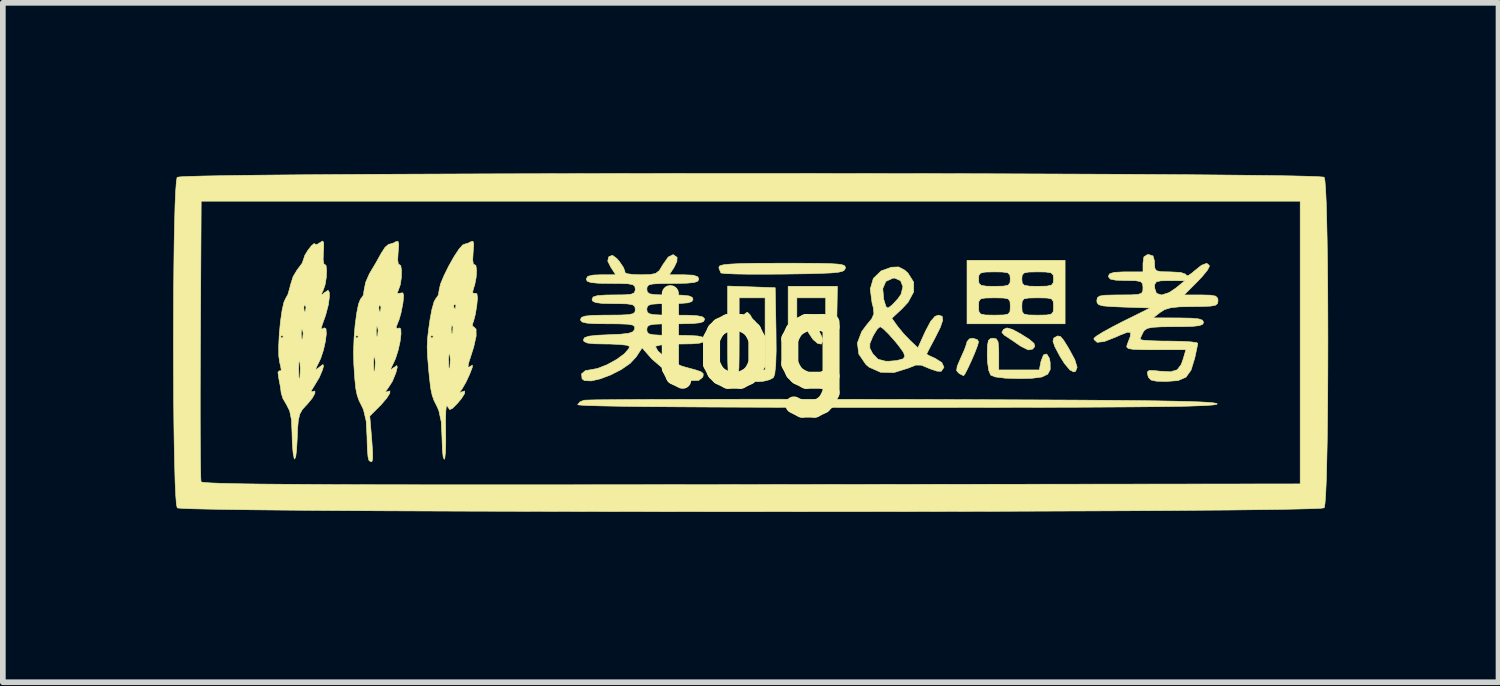
<source format=kicad_pcb>
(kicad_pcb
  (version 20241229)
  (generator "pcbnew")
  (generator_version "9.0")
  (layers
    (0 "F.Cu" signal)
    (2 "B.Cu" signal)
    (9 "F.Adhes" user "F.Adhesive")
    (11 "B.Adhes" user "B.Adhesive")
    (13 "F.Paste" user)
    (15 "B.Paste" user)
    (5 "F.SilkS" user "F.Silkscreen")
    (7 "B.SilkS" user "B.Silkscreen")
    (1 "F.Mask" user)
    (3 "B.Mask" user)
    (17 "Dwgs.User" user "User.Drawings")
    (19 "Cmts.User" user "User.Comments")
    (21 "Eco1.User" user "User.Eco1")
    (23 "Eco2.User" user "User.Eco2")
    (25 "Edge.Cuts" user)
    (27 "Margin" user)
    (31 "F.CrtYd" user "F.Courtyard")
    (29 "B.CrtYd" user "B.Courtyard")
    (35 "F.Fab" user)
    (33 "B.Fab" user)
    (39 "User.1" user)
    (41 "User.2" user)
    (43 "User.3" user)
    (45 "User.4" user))
  (footprint "log"
    (layer "F.Cu")
    (at 10.17 2.957)
    (property "Reference" "log" (at 0 0 0) (layer "F.SilkS") (effects (font (size 1.524 1.524) (thickness 0.3))))
    (attr through_hole)
    (fp_poly (pts (xy -0.012 -0.465) (xy 0.05 -0.36) (xy 0.113 -0.227) (xy 0.161 -0.099) (xy 0.179 -0.011) (xy 0.176 0.003) (xy 0.117 0.049) (xy 0.048 0.003) (xy -0.036 -0.137) (xy -0.055 -0.175) (xy -0.12 -0.351) (xy -0.122 -0.465) (xy -0.063 -0.508) (xy -0.058 -0.508) (xy -0.012 -0.465)) (stroke (width 0.01) (type solid)) (fill yes) (layer "F.SilkS"))
    (fp_poly (pts (xy 1.041 -0.416) (xy 1.121 -0.316) (xy 1.199 -0.189) (xy 1.256 -0.07) (xy 1.27 -0.006) (xy 1.244 0.053) (xy 1.18 0.041) (xy 1.097 -0.03) (xy 1.018 -0.149) (xy 1.017 -0.15) (xy 0.94 -0.317) (xy 0.919 -0.414) (xy 0.952 -0.454) (xy 0.981 -0.457) (xy 1.041 -0.416)) (stroke (width 0.01) (type solid)) (fill yes) (layer "F.SilkS"))
    (fp_poly (pts (xy 4.608 -0.206) (xy 4.744 -0.133) (xy 4.907 -0.031) (xy 4.99 0.041) (xy 5.003 0.096) (xy 4.965 0.141) (xy 4.888 0.155) (xy 4.765 0.095) (xy 4.724 0.068) (xy 4.594 -0.021) (xy 4.49 -0.09) (xy 4.47 -0.101) (xy 4.423 -0.154) (xy 4.454 -0.207) (xy 4.513 -0.232) (xy 4.608 -0.206)) (stroke (width 0.01) (type solid)) (fill yes) (layer "F.SilkS"))
    (fp_poly (pts (xy 5.454 -0.082) (xy 5.511 -0.016) (xy 5.597 0.122) (xy 5.598 0.124) (xy 5.708 0.327) (xy 5.749 0.46) (xy 5.722 0.531) (xy 5.69 0.543) (xy 5.621 0.508) (xy 5.525 0.393) (xy 5.447 0.269) (xy 5.358 0.102) (xy 5.323 0.000494) (xy 5.338 -0.053) (xy 5.346 -0.059) (xy 5.406 -0.091) (xy 5.454 -0.082)) (stroke (width 0.01) (type solid)) (fill yes) (layer "F.SilkS"))
    (fp_poly (pts (xy 3.994 -0.024) (xy 4.013 0.013) (xy 3.994 0.082) (xy 3.947 0.205) (xy 3.885 0.349) (xy 3.822 0.484) (xy 3.772 0.58) (xy 3.749 0.609) (xy 3.699 0.585) (xy 3.663 0.563) (xy 3.627 0.521) (xy 3.636 0.446) (xy 3.692 0.314) (xy 3.701 0.294) (xy 3.765 0.151) (xy 3.804 0.041) (xy 3.81 0.009) (xy 3.852 -0.039) (xy 3.912 -0.051) (xy 3.994 -0.024)) (stroke (width 0.01) (type solid)) (fill yes) (layer "F.SilkS"))
    (fp_poly (pts (xy 1.499 0.686) (xy 1.315 0.701) (xy 1.171 0.695) (xy 1.103 0.644) (xy 1.1 0.638) (xy 1.104 0.577) (xy 1.19 0.559) (xy 1.195 0.559) (xy 1.321 0.559) (xy 1.321 -0.762) (xy 0.813 -0.762) (xy 0.813 -0.025) (xy 0.811 0.267) (xy 0.806 0.473) (xy 0.795 0.605) (xy 0.778 0.679) (xy 0.752 0.708) (xy 0.737 0.711) (xy 0.708 0.698) (xy 0.687 0.649) (xy 0.674 0.551) (xy 0.665 0.39) (xy 0.661 0.153) (xy 0.66 -0.127) (xy 0.66 -0.965) (xy 1.527 -0.965) (xy 1.499 0.686)) (stroke (width 0.01) (type solid)) (fill yes) (layer "F.SilkS"))
    (fp_poly (pts (xy 4.326 -0.039) (xy 4.357 0.014) (xy 4.368 0.131) (xy 4.369 0.229) (xy 4.369 0.508) (xy 5.083 0.508) (xy 5.113 0.354) (xy 5.157 0.243) (xy 5.213 0.227) (xy 5.26 0.302) (xy 5.274 0.375) (xy 5.275 0.5) (xy 5.231 0.582) (xy 5.129 0.632) (xy 4.954 0.655) (xy 4.728 0.66) (xy 4.484 0.653) (xy 4.311 0.632) (xy 4.227 0.599) (xy 4.193 0.518) (xy 4.171 0.372) (xy 4.166 0.244) (xy 4.17 0.077) (xy 4.187 -0.012) (xy 4.226 -0.046) (xy 4.267 -0.051) (xy 4.326 -0.039)) (stroke (width 0.01) (type solid)) (fill yes) (layer "F.SilkS"))
    (fp_poly (pts (xy 0.928 -1.371) (xy 1.204 -1.369) (xy 1.403 -1.364) (xy 1.537 -1.356) (xy 1.617 -1.343) (xy 1.657 -1.324) (xy 1.668 -1.299) (xy 1.667 -1.283) (xy 1.653 -1.253) (xy 1.617 -1.23) (xy 1.546 -1.213) (xy 1.426 -1.201) (xy 1.246 -1.193) (xy 0.992 -1.186) (xy 0.651 -1.181) (xy 0.58 -1.18) (xy 0.26 -1.178) (xy -0.025 -1.178) (xy -0.259 -1.182) (xy -0.428 -1.189) (xy -0.516 -1.198) (xy -0.524 -1.201) (xy -0.557 -1.279) (xy -0.559 -1.304) (xy -0.541 -1.327) (xy -0.478 -1.344) (xy -0.362 -1.356) (xy -0.179 -1.365) (xy 0.079 -1.37) (xy 0.425 -1.371) (xy 0.563 -1.372) (xy 0.928 -1.371)) (stroke (width 0.01) (type solid)) (fill yes) (layer "F.SilkS"))
    (fp_poly (pts (xy 0.013 -0.955) (xy 0.432 -0.94) (xy 0.446 -0.185) (xy 0.449 0.166) (xy 0.441 0.419) (xy 0.424 0.577) (xy 0.402 0.641) (xy 0.333 0.68) (xy 0.224 0.707) (xy 0.118 0.715) (xy 0.055 0.7) (xy 0.051 0.69) (xy 0.035 0.63) (xy 0.02 0.588) (xy 0.022 0.528) (xy 0.103 0.508) (xy 0.122 0.508) (xy 0.254 0.508) (xy 0.254 -0.762) (xy -0.203 -0.762) (xy -0.203 -0.025) (xy -0.204 0.262) (xy -0.207 0.463) (xy -0.216 0.593) (xy -0.231 0.667) (xy -0.256 0.702) (xy -0.292 0.711) (xy -0.305 0.711) (xy -0.342 0.707) (xy -0.369 0.683) (xy -0.387 0.626) (xy -0.398 0.522) (xy -0.404 0.356) (xy -0.406 0.113) (xy -0.406 -0.129) (xy -0.406 -0.969) (xy 0.013 -0.955)) (stroke (width 0.01) (type solid)) (fill yes) (layer "F.SilkS"))
    (fp_poly (pts (xy 1.184 1.025) (xy 1.896 1.026) (xy 2.635 1.027) (xy 2.688 1.027) (xy 3.589 1.03) (xy 4.393 1.033) (xy 5.105 1.036) (xy 5.73 1.039) (xy 6.272 1.043) (xy 6.736 1.047) (xy 7.127 1.052) (xy 7.45 1.058) (xy 7.709 1.064) (xy 7.91 1.071) (xy 8.056 1.079) (xy 8.152 1.088) (xy 8.204 1.097) (xy 8.217 1.105) (xy 8.202 1.115) (xy 8.147 1.124) (xy 8.047 1.132) (xy 7.898 1.139) (xy 7.695 1.146) (xy 7.433 1.151) (xy 7.107 1.155) (xy 6.712 1.159) (xy 6.245 1.162) (xy 5.7 1.165) (xy 5.072 1.166) (xy 4.358 1.167) (xy 3.551 1.168) (xy 2.647 1.168) (xy 2.595 1.168) (xy 1.626 1.168) (xy 0.743 1.167) (xy -0.051 1.164) (xy -0.755 1.161) (xy -1.368 1.157) (xy -1.889 1.153) (xy -2.315 1.147) (xy -2.645 1.141) (xy -2.878 1.134) (xy -3.013 1.126) (xy -3.048 1.119) (xy -3.005 1.069) (xy -2.934 1.041) (xy -2.868 1.038) (xy -2.708 1.034) (xy -2.46 1.032) (xy -2.13 1.029) (xy -1.725 1.027) (xy -1.253 1.026) (xy -0.719 1.025) (xy -0.13 1.024) (xy 0.506 1.024) (xy 1.184 1.025)) (stroke (width 0.01) (type solid)) (fill yes) (layer "F.SilkS"))
    (fp_poly (pts (xy 5.537 -0.305) (xy 3.81 -0.305) (xy 3.81 -0.612) (xy 4.013 -0.612) (xy 4.013 -0.61) (xy 4.018 -0.522) (xy 4.049 -0.477) (xy 4.13 -0.46) (xy 4.288 -0.457) (xy 4.293 -0.457) (xy 4.452 -0.46) (xy 4.535 -0.477) (xy 4.567 -0.521) (xy 4.572 -0.607) (xy 4.572 -0.61) (xy 4.572 -0.612) (xy 4.775 -0.612) (xy 4.775 -0.61) (xy 4.78 -0.522) (xy 4.811 -0.477) (xy 4.892 -0.46) (xy 5.05 -0.457) (xy 5.055 -0.457) (xy 5.214 -0.46) (xy 5.297 -0.477) (xy 5.329 -0.521) (xy 5.334 -0.607) (xy 5.334 -0.61) (xy 5.329 -0.697) (xy 5.299 -0.742) (xy 5.217 -0.759) (xy 5.059 -0.762) (xy 5.055 -0.762) (xy 4.895 -0.759) (xy 4.812 -0.743) (xy 4.78 -0.698) (xy 4.775 -0.612) (xy 4.572 -0.612) (xy 4.567 -0.697) (xy 4.537 -0.742) (xy 4.455 -0.759) (xy 4.297 -0.762) (xy 4.293 -0.762) (xy 4.133 -0.759) (xy 4.05 -0.743) (xy 4.018 -0.698) (xy 4.013 -0.612) (xy 3.81 -0.612) (xy 3.81 -1.092) (xy 4.013 -1.092) (xy 4.02 -1.019) (xy 4.059 -0.982) (xy 4.153 -0.967) (xy 4.293 -0.965) (xy 4.453 -0.968) (xy 4.536 -0.986) (xy 4.567 -1.029) (xy 4.572 -1.092) (xy 4.775 -1.092) (xy 4.782 -1.019) (xy 4.821 -0.982) (xy 4.915 -0.967) (xy 5.055 -0.965) (xy 5.215 -0.968) (xy 5.298 -0.986) (xy 5.329 -1.029) (xy 5.334 -1.092) (xy 5.327 -1.165) (xy 5.288 -1.203) (xy 5.194 -1.217) (xy 5.055 -1.219) (xy 4.895 -1.216) (xy 4.811 -1.198) (xy 4.78 -1.156) (xy 4.775 -1.092) (xy 4.572 -1.092) (xy 4.565 -1.165) (xy 4.526 -1.203) (xy 4.432 -1.217) (xy 4.293 -1.219) (xy 4.133 -1.216) (xy 4.049 -1.198) (xy 4.018 -1.156) (xy 4.013 -1.092) (xy 3.81 -1.092) (xy 3.81 -1.422) (xy 5.537 -1.422) (xy 5.537 -0.305)) (stroke (width 0.01) (type solid)) (fill yes) (layer "F.SilkS"))
    (fp_poly (pts (xy 2.712 -1.25) (xy 2.771 -1.196) (xy 2.87 -1.038) (xy 2.87 -0.866) (xy 2.771 -0.683) (xy 2.665 -0.569) (xy 2.486 -0.402) (xy 2.584 -0.264) (xy 2.695 -0.128) (xy 2.814 -0.005) (xy 2.945 0.118) (xy 3.076 -0.17) (xy 3.168 -0.345) (xy 3.246 -0.436) (xy 3.309 -0.457) (xy 3.372 -0.437) (xy 3.382 -0.368) (xy 3.339 -0.241) (xy 3.24 -0.043) (xy 3.22 -0.006) (xy 3.151 0.124) (xy 3.107 0.21) (xy 3.099 0.229) (xy 3.14 0.255) (xy 3.241 0.3) (xy 3.251 0.305) (xy 3.366 0.378) (xy 3.404 0.461) (xy 3.356 0.531) (xy 3.284 0.53) (xy 3.164 0.49) (xy 3.131 0.476) (xy 3.006 0.424) (xy 2.911 0.422) (xy 2.79 0.469) (xy 2.777 0.475) (xy 2.523 0.554) (xy 2.285 0.548) (xy 2.084 0.458) (xy 2.028 0.41) (xy 1.904 0.228) (xy 1.891 0.124) (xy 2.098 0.124) (xy 2.146 0.216) (xy 2.152 0.225) (xy 2.242 0.319) (xy 2.369 0.353) (xy 2.427 0.355) (xy 2.572 0.343) (xy 2.679 0.314) (xy 2.688 0.308) (xy 2.715 0.268) (xy 2.691 0.198) (xy 2.607 0.082) (xy 2.544 0.004) (xy 2.427 -0.127) (xy 2.332 -0.22) (xy 2.28 -0.254) (xy 2.23 -0.213) (xy 2.166 -0.11) (xy 2.15 -0.079) (xy 2.099 0.042) (xy 2.098 0.124) (xy 1.891 0.124) (xy 1.879 0.034) (xy 1.955 -0.167) (xy 2.038 -0.279) (xy 2.133 -0.395) (xy 2.17 -0.482) (xy 2.16 -0.587) (xy 2.137 -0.675) (xy 2.106 -0.916) (xy 2.108 -0.925) (xy 2.326 -0.925) (xy 2.343 -0.736) (xy 2.348 -0.719) (xy 2.382 -0.608) (xy 2.417 -0.581) (xy 2.48 -0.627) (xy 2.497 -0.642) (xy 2.595 -0.748) (xy 2.649 -0.827) (xy 2.681 -0.96) (xy 2.64 -1.063) (xy 2.539 -1.109) (xy 2.503 -1.108) (xy 2.38 -1.051) (xy 2.326 -0.925) (xy 2.108 -0.925) (xy 2.16 -1.104) (xy 2.297 -1.236) (xy 2.478 -1.301) (xy 2.605 -1.306) (xy 2.712 -1.25)) (stroke (width 0.01) (type solid)) (fill yes) (layer "F.SilkS"))
    (fp_poly (pts (xy -6.198 -1.707) (xy -6.207 -1.574) (xy -6.209 -1.558) (xy -6.216 -1.427) (xy -6.205 -1.355) (xy -6.191 -1.35) (xy -6.162 -1.329) (xy -6.149 -1.241) (xy -6.152 -1.119) (xy -6.17 -0.995) (xy -6.199 -0.912) (xy -6.226 -0.843) (xy -6.187 -0.84) (xy -6.172 -0.845) (xy -6.125 -0.85) (xy -6.111 -0.799) (xy -6.124 -0.671) (xy -6.127 -0.654) (xy -6.158 -0.496) (xy -6.194 -0.371) (xy -6.205 -0.346) (xy -6.245 -0.243) (xy -6.223 -0.217) (xy -6.191 -0.233) (xy -6.162 -0.215) (xy -6.158 -0.126) (xy -6.174 0.008) (xy -6.208 0.161) (xy -6.254 0.306) (xy -6.287 0.38) (xy -6.335 0.479) (xy -6.334 0.502) (xy -6.284 0.466) (xy -6.232 0.431) (xy -6.224 0.461) (xy -6.249 0.561) (xy -6.311 0.711) (xy -6.387 0.829) (xy -6.432 0.89) (xy -6.414 0.895) (xy -6.413 0.895) (xy -6.354 0.877) (xy -6.355 0.918) (xy -6.409 1.004) (xy -6.507 1.119) (xy -6.529 1.141) (xy -6.708 1.32) (xy -6.674 1.727) (xy -6.659 1.941) (xy -6.657 2.069) (xy -6.67 2.123) (xy -6.701 2.118) (xy -6.723 2.1) (xy -6.739 2.036) (xy -6.751 1.898) (xy -6.756 1.716) (xy -6.756 1.691) (xy -6.771 1.41) (xy -6.818 1.21) (xy -6.844 1.153) (xy -6.895 1.051) (xy -6.93 0.954) (xy -6.954 0.837) (xy -6.971 0.673) (xy -6.987 0.436) (xy -6.989 0.406) (xy -6.641 0.406) (xy -6.637 0.516) (xy -6.627 0.546) (xy -6.619 0.521) (xy -6.611 0.373) (xy -6.619 0.292) (xy -6.632 0.268) (xy -6.639 0.332) (xy -6.641 0.406) (xy -6.989 0.406) (xy -6.994 0.189) (xy -6.985 -0.048) (xy -6.983 -0.076) (xy -6.96 -0.076) (xy -6.934 -0.051) (xy -6.909 -0.076) (xy -6.934 -0.102) (xy -6.96 -0.076) (xy -6.983 -0.076) (xy -6.975 -0.178) (xy -6.594 -0.178) (xy -6.589 -0.091) (xy -6.573 -0.083) (xy -6.571 -0.088) (xy -6.561 -0.189) (xy -6.569 -0.24) (xy -6.585 -0.261) (xy -6.594 -0.194) (xy -6.594 -0.178) (xy -6.975 -0.178) (xy -6.966 -0.283) (xy -6.938 -0.492) (xy -6.919 -0.588) (xy -6.549 -0.588) (xy -6.54 -0.523) (xy -6.523 -0.522) (xy -6.51 -0.59) (xy -6.518 -0.619) (xy -6.541 -0.638) (xy -6.549 -0.588) (xy -6.919 -0.588) (xy -6.906 -0.653) (xy -6.87 -0.743) (xy -6.857 -0.754) (xy -6.82 -0.811) (xy -6.807 -0.906) (xy -6.78 -1.037) (xy -6.713 -1.189) (xy -6.695 -1.219) (xy -6.6 -1.378) (xy -6.514 -1.533) (xy -6.505 -1.549) (xy -6.438 -1.653) (xy -6.38 -1.702) (xy -6.375 -1.703) (xy -6.29 -1.728) (xy -6.254 -1.748) (xy -6.212 -1.759) (xy -6.198 -1.707)) (stroke (width 0.01) (type solid)) (fill yes) (layer "F.SilkS"))
    (fp_poly (pts (xy -4.877 -1.707) (xy -4.887 -1.574) (xy -4.888 -1.558) (xy -4.895 -1.427) (xy -4.884 -1.355) (xy -4.87 -1.35) (xy -4.839 -1.331) (xy -4.827 -1.243) (xy -4.835 -1.119) (xy -4.86 -0.989) (xy -4.875 -0.946) (xy -4.899 -0.856) (xy -4.872 -0.838) (xy -4.858 -0.843) (xy -4.821 -0.834) (xy -4.811 -0.758) (xy -4.824 -0.624) (xy -4.85 -0.467) (xy -4.881 -0.348) (xy -4.894 -0.317) (xy -4.901 -0.262) (xy -4.88 -0.254) (xy -4.836 -0.21) (xy -4.835 -0.087) (xy -4.878 0.106) (xy -4.921 0.241) (xy -4.969 0.389) (xy -4.979 0.457) (xy -4.953 0.456) (xy -4.94 0.446) (xy -4.901 0.424) (xy -4.904 0.467) (xy -4.949 0.583) (xy -5.016 0.727) (xy -5.081 0.839) (xy -5.094 0.857) (xy -5.131 0.91) (xy -5.098 0.899) (xy -5.093 0.896) (xy -5.036 0.879) (xy -5.038 0.923) (xy -5.094 1.012) (xy -5.164 1.096) (xy -5.253 1.186) (xy -5.3 1.206) (xy -5.332 1.163) (xy -5.341 1.142) (xy -5.359 1.142) (xy -5.369 1.233) (xy -5.373 1.404) (xy -5.371 1.562) (xy -5.37 1.778) (xy -5.375 1.95) (xy -5.386 2.058) (xy -5.397 2.083) (xy -5.416 2.036) (xy -5.429 1.913) (xy -5.435 1.737) (xy -5.436 1.699) (xy -5.449 1.421) (xy -5.492 1.224) (xy -5.523 1.153) (xy -5.575 1.05) (xy -5.61 0.951) (xy -5.635 0.83) (xy -5.656 0.656) (xy -5.673 0.483) (xy -5.683 0.356) (xy -5.32 0.356) (xy -5.316 0.465) (xy -5.306 0.496) (xy -5.298 0.47) (xy -5.29 0.322) (xy -5.298 0.241) (xy -5.311 0.217) (xy -5.319 0.281) (xy -5.32 0.356) (xy -5.683 0.356) (xy -5.691 0.266) (xy -5.697 0.105) (xy -5.691 -0.042) (xy -5.687 -0.076) (xy -5.639 -0.076) (xy -5.613 -0.051) (xy -5.588 -0.076) (xy -5.613 -0.102) (xy -5.639 -0.076) (xy -5.687 -0.076) (xy -5.672 -0.203) (xy -5.275 -0.203) (xy -5.267 -0.131) (xy -5.25 -0.14) (xy -5.243 -0.244) (xy -5.25 -0.267) (xy -5.268 -0.273) (xy -5.275 -0.203) (xy -5.672 -0.203) (xy -5.67 -0.218) (xy -5.647 -0.38) (xy -5.614 -0.558) (xy -5.599 -0.61) (xy -5.232 -0.61) (xy -5.214 -0.568) (xy -5.199 -0.576) (xy -5.192 -0.636) (xy -5.199 -0.643) (xy -5.229 -0.636) (xy -5.232 -0.61) (xy -5.599 -0.61) (xy -5.577 -0.691) (xy -5.543 -0.752) (xy -5.541 -0.752) (xy -5.5 -0.811) (xy -5.485 -0.906) (xy -5.462 -1.006) (xy -5.401 -1.153) (xy -5.318 -1.321) (xy -5.226 -1.484) (xy -5.139 -1.617) (xy -5.072 -1.693) (xy -5.052 -1.703) (xy -4.97 -1.728) (xy -4.933 -1.748) (xy -4.891 -1.759) (xy -4.877 -1.707)) (stroke (width 0.01) (type solid)) (fill yes) (layer "F.SilkS"))
    (fp_poly (pts (xy -7.519 -1.736) (xy -7.52 -1.633) (xy -7.525 -1.565) (xy -7.529 -1.433) (xy -7.517 -1.36) (xy -7.506 -1.354) (xy -7.478 -1.332) (xy -7.468 -1.243) (xy -7.474 -1.119) (xy -7.495 -0.992) (xy -7.527 -0.898) (xy -7.563 -0.823) (xy -7.541 -0.826) (xy -7.501 -0.857) (xy -7.442 -0.895) (xy -7.421 -0.858) (xy -7.419 -0.781) (xy -7.438 -0.637) (xy -7.483 -0.466) (xy -7.494 -0.432) (xy -7.545 -0.289) (xy -7.563 -0.223) (xy -7.55 -0.211) (xy -7.51 -0.234) (xy -7.479 -0.217) (xy -7.473 -0.13) (xy -7.489 0.003) (xy -7.523 0.155) (xy -7.571 0.301) (xy -7.602 0.369) (xy -7.654 0.474) (xy -7.657 0.503) (xy -7.611 0.471) (xy -7.595 0.458) (xy -7.532 0.412) (xy -7.523 0.441) (xy -7.541 0.508) (xy -7.597 0.64) (xy -7.681 0.78) (xy -7.682 0.782) (xy -7.735 0.868) (xy -7.738 0.897) (xy -7.728 0.893) (xy -7.674 0.878) (xy -7.675 0.922) (xy -7.722 1.006) (xy -7.807 1.109) (xy -7.821 1.123) (xy -7.895 1.204) (xy -7.94 1.284) (xy -7.966 1.392) (xy -7.98 1.554) (xy -7.986 1.716) (xy -7.997 1.912) (xy -8.012 2.036) (xy -8.031 2.077) (xy -8.039 2.066) (xy -8.058 1.97) (xy -8.072 1.807) (xy -8.077 1.617) (xy -8.087 1.386) (xy -8.119 1.228) (xy -8.171 1.125) (xy -8.239 1.008) (xy -8.268 0.914) (xy -8.268 0.914) (xy -8.28 0.814) (xy -8.307 0.674) (xy -8.309 0.665) (xy -8.325 0.548) (xy -8.301 0.522) (xy -8.293 0.526) (xy -8.265 0.517) (xy -8.267 0.508) (xy -7.96 0.508) (xy -7.957 0.633) (xy -7.949 0.68) (xy -7.939 0.648) (xy -7.931 0.484) (xy -7.939 0.368) (xy -7.95 0.337) (xy -7.958 0.394) (xy -7.96 0.508) (xy -8.267 0.508) (xy -8.281 0.425) (xy -8.294 0.38) (xy -8.311 0.26) (xy -8.312 0.083) (xy -8.304 -0.076) (xy -8.28 -0.076) (xy -8.255 -0.051) (xy -8.23 -0.076) (xy -8.255 -0.102) (xy -8.28 -0.076) (xy -8.304 -0.076) (xy -8.301 -0.127) (xy -7.915 -0.127) (xy -7.909 -0.04) (xy -7.894 -0.033) (xy -7.891 -0.037) (xy -7.881 -0.138) (xy -7.89 -0.19) (xy -7.906 -0.21) (xy -7.915 -0.143) (xy -7.915 -0.127) (xy -8.301 -0.127) (xy -8.301 -0.127) (xy -8.281 -0.343) (xy -8.253 -0.538) (xy -8.242 -0.588) (xy -7.87 -0.588) (xy -7.861 -0.523) (xy -7.843 -0.522) (xy -7.831 -0.59) (xy -7.839 -0.619) (xy -7.862 -0.638) (xy -7.87 -0.588) (xy -8.242 -0.588) (xy -8.22 -0.685) (xy -8.186 -0.759) (xy -8.184 -0.76) (xy -8.149 -0.824) (xy -8.114 -0.947) (xy -8.107 -0.981) (xy -8.058 -1.136) (xy -7.983 -1.261) (xy -7.973 -1.273) (xy -7.899 -1.371) (xy -7.874 -1.442) (xy -7.852 -1.51) (xy -7.799 -1.597) (xy -7.737 -1.677) (xy -7.688 -1.719) (xy -7.672 -1.708) (xy -7.64 -1.7) (xy -7.589 -1.732) (xy -7.54 -1.763) (xy -7.519 -1.736)) (stroke (width 0.01) (type solid)) (fill yes) (layer "F.SilkS"))
    (fp_poly (pts (xy 0.743 -2.952) (xy 1.616 -2.951) (xy 2.479 -2.95) (xy 3.325 -2.949) (xy 4.148 -2.947) (xy 4.942 -2.944) (xy 5.702 -2.941) (xy 6.421 -2.938) (xy 7.094 -2.934) (xy 7.714 -2.93) (xy 8.276 -2.925) (xy 8.774 -2.92) (xy 9.201 -2.915) (xy 9.553 -2.909) (xy 9.822 -2.902) (xy 10.004 -2.895) (xy 10.092 -2.888) (xy 10.099 -2.885) (xy 10.113 -2.822) (xy 10.125 -2.668) (xy 10.136 -2.435) (xy 10.144 -2.134) (xy 10.152 -1.776) (xy 10.158 -1.373) (xy 10.162 -0.936) (xy 10.164 -0.475) (xy 10.165 -0.003) (xy 10.164 0.471) (xy 10.162 0.933) (xy 10.158 1.374) (xy 10.153 1.782) (xy 10.145 2.145) (xy 10.137 2.454) (xy 10.126 2.695) (xy 10.114 2.859) (xy 10.101 2.934) (xy 10.099 2.936) (xy 10.041 2.944) (xy 9.888 2.951) (xy 9.645 2.957) (xy 9.318 2.964) (xy 8.914 2.969) (xy 8.437 2.975) (xy 7.894 2.979) (xy 7.291 2.984) (xy 6.634 2.988) (xy 5.929 2.991) (xy 5.181 2.994) (xy 4.397 2.997) (xy 3.582 2.999) (xy 2.742 3.001) (xy 1.884 3.002) (xy 1.013 3.002) (xy 0.136 3.003) (xy -0.743 3.003) (xy -1.616 3.002) (xy -2.479 3.001) (xy -3.325 2.999) (xy -4.148 2.997) (xy -4.942 2.995) (xy -5.702 2.992) (xy -6.421 2.989) (xy -7.094 2.985) (xy -7.714 2.981) (xy -8.276 2.976) (xy -8.774 2.971) (xy -9.201 2.965) (xy -9.553 2.959) (xy -9.822 2.953) (xy -10.004 2.946) (xy -10.092 2.939) (xy -10.099 2.936) (xy -10.113 2.873) (xy -10.125 2.719) (xy -10.136 2.486) (xy -10.144 2.185) (xy -10.152 1.827) (xy -10.158 1.424) (xy -10.162 0.986) (xy -10.162 0.923) (xy -9.694 0.923) (xy -9.694 1.342) (xy -9.693 1.711) (xy -9.691 2.019) (xy -9.688 2.256) (xy -9.684 2.411) (xy -9.68 2.476) (xy -9.679 2.477) (xy -9.658 2.485) (xy -9.599 2.492) (xy -9.499 2.498) (xy -9.352 2.504) (xy -9.157 2.509) (xy -8.909 2.514) (xy -8.605 2.518) (xy -8.241 2.521) (xy -7.813 2.524) (xy -7.318 2.527) (xy -6.752 2.529) (xy -6.112 2.53) (xy -5.393 2.531) (xy -4.593 2.531) (xy -3.707 2.531) (xy -2.732 2.53) (xy -1.664 2.529) (xy -0.499 2.528) (xy 0.011 2.527) (xy 9.677 2.515) (xy 9.677 -2.464) (xy -9.677 -2.464) (xy -9.691 -0.025) (xy -9.693 0.464) (xy -9.694 0.923) (xy -10.162 0.923) (xy -10.164 0.526) (xy -10.165 0.053) (xy -10.164 -0.42) (xy -10.162 -0.882) (xy -10.158 -1.323) (xy -10.153 -1.731) (xy -10.145 -2.095) (xy -10.137 -2.403) (xy -10.126 -2.645) (xy -10.114 -2.808) (xy -10.101 -2.883) (xy -10.099 -2.885) (xy -10.041 -2.893) (xy -9.888 -2.9) (xy -9.645 -2.907) (xy -9.318 -2.913) (xy -8.914 -2.919) (xy -8.437 -2.924) (xy -7.894 -2.929) (xy -7.291 -2.933) (xy -6.634 -2.937) (xy -5.929 -2.94) (xy -5.181 -2.943) (xy -4.397 -2.946) (xy -3.582 -2.948) (xy -2.742 -2.95) (xy -1.884 -2.951) (xy -1.013 -2.952) (xy -0.136 -2.952) (xy 0.743 -2.952)) (stroke (width 0.01) (type solid)) (fill yes) (layer "F.SilkS"))
    (fp_poly (pts (xy 7.085 -1.5) (xy 7.111 -1.411) (xy 7.112 -1.372) (xy 7.117 -1.284) (xy 7.147 -1.239) (xy 7.229 -1.222) (xy 7.387 -1.219) (xy 7.391 -1.219) (xy 7.573 -1.209) (xy 7.662 -1.178) (xy 7.671 -1.159) (xy 7.702 -1.151) (xy 7.78 -1.205) (xy 7.813 -1.235) (xy 7.94 -1.336) (xy 8.032 -1.37) (xy 8.076 -1.332) (xy 8.077 -1.314) (xy 8.044 -1.25) (xy 7.956 -1.142) (xy 7.855 -1.035) (xy 7.633 -0.813) (xy 7.931 -0.813) (xy 8.099 -0.809) (xy 8.189 -0.792) (xy 8.225 -0.754) (xy 8.23 -0.711) (xy 8.222 -0.662) (xy 8.185 -0.632) (xy 8.1 -0.616) (xy 7.947 -0.61) (xy 7.785 -0.608) (xy 7.553 -0.604) (xy 7.396 -0.587) (xy 7.289 -0.555) (xy 7.214 -0.508) (xy 7.087 -0.409) (xy 7.531 -0.408) (xy 7.751 -0.404) (xy 7.886 -0.392) (xy 7.955 -0.369) (xy 7.976 -0.332) (xy 7.976 -0.33) (xy 7.959 -0.295) (xy 7.897 -0.272) (xy 7.774 -0.259) (xy 7.573 -0.254) (xy 7.469 -0.254) (xy 7.235 -0.252) (xy 7.081 -0.243) (xy 6.988 -0.225) (xy 6.936 -0.192) (xy 6.911 -0.156) (xy 6.868 -0.065) (xy 6.858 -0.029) (xy 6.905 -0.017) (xy 7.033 -0.007) (xy 7.218 -0.001) (xy 7.366 0) (xy 7.579 0.004) (xy 7.748 0.013) (xy 7.851 0.027) (xy 7.873 0.038) (xy 7.861 0.107) (xy 7.834 0.236) (xy 7.819 0.304) (xy 7.755 0.511) (xy 7.666 0.635) (xy 7.527 0.695) (xy 7.314 0.711) (xy 7.313 0.711) (xy 7.145 0.706) (xy 7.052 0.686) (xy 7.007 0.641) (xy 6.995 0.605) (xy 6.986 0.543) (xy 7.019 0.517) (xy 7.117 0.52) (xy 7.205 0.53) (xy 7.393 0.541) (xy 7.511 0.506) (xy 7.583 0.411) (xy 7.617 0.314) (xy 7.664 0.152) (xy 7.128 0.152) (xy 6.891 0.151) (xy 6.738 0.145) (xy 6.654 0.132) (xy 6.623 0.107) (xy 6.627 0.07) (xy 6.63 0.064) (xy 6.685 -0.081) (xy 6.691 -0.151) (xy 6.635 -0.157) (xy 6.506 -0.106) (xy 6.433 -0.073) (xy 6.229 0.007) (xy 6.102 0.022) (xy 6.048 -0.026) (xy 6.045 -0.049) (xy 6.088 -0.087) (xy 6.204 -0.159) (xy 6.374 -0.252) (xy 6.54 -0.338) (xy 7.036 -0.584) (xy 6.566 -0.599) (xy 6.345 -0.608) (xy 6.206 -0.62) (xy 6.131 -0.641) (xy 6.101 -0.675) (xy 6.096 -0.713) (xy 6.105 -0.763) (xy 6.145 -0.793) (xy 6.238 -0.808) (xy 6.402 -0.812) (xy 6.502 -0.813) (xy 6.704 -0.814) (xy 6.825 -0.823) (xy 6.885 -0.844) (xy 6.906 -0.886) (xy 6.909 -0.94) (xy 7.112 -0.94) (xy 7.146 -0.841) (xy 7.237 -0.812) (xy 7.37 -0.855) (xy 7.493 -0.938) (xy 7.645 -1.063) (xy 7.379 -1.065) (xy 7.223 -1.062) (xy 7.144 -1.044) (xy 7.115 -0.998) (xy 7.112 -0.94) (xy 6.909 -0.94) (xy 6.902 -1.01) (xy 6.867 -1.048) (xy 6.779 -1.064) (xy 6.615 -1.067) (xy 6.604 -1.067) (xy 6.427 -1.073) (xy 6.332 -1.093) (xy 6.3 -1.134) (xy 6.299 -1.143) (xy 6.323 -1.187) (xy 6.406 -1.211) (xy 6.567 -1.219) (xy 6.604 -1.219) (xy 6.909 -1.219) (xy 6.909 -1.372) (xy 6.925 -1.483) (xy 6.984 -1.522) (xy 7.01 -1.524) (xy 7.085 -1.5)) (stroke (width 0.01) (type solid)) (fill yes) (layer "F.SilkS"))
    (fp_poly (pts (xy -1.296 -1.475) (xy -1.3 -1.401) (xy -1.35 -1.297) (xy -1.434 -1.168) (xy -1.174 -1.168) (xy -1.012 -1.161) (xy -0.932 -1.133) (xy -0.914 -1.092) (xy -0.932 -1.055) (xy -0.997 -1.032) (xy -1.127 -1.02) (xy -1.338 -1.016) (xy -1.372 -1.016) (xy -1.589 -1.014) (xy -1.724 -1.006) (xy -1.796 -0.988) (xy -1.824 -0.954) (xy -1.829 -0.914) (xy -1.82 -0.864) (xy -1.781 -0.833) (xy -1.691 -0.818) (xy -1.53 -0.813) (xy -1.422 -0.813) (xy -1.214 -0.809) (xy -1.089 -0.796) (xy -1.029 -0.77) (xy -1.016 -0.737) (xy -1.035 -0.698) (xy -1.105 -0.674) (xy -1.242 -0.663) (xy -1.422 -0.66) (xy -1.625 -0.658) (xy -1.746 -0.649) (xy -1.807 -0.626) (xy -1.827 -0.586) (xy -1.829 -0.559) (xy -1.822 -0.513) (xy -1.789 -0.483) (xy -1.711 -0.466) (xy -1.57 -0.459) (xy -1.348 -0.457) (xy -1.321 -0.457) (xy -1.084 -0.455) (xy -0.932 -0.445) (xy -0.848 -0.427) (xy -0.815 -0.397) (xy -0.813 -0.381) (xy -0.83 -0.345) (xy -0.891 -0.323) (xy -1.014 -0.31) (xy -1.215 -0.305) (xy -1.321 -0.305) (xy -1.552 -0.303) (xy -1.7 -0.297) (xy -1.783 -0.281) (xy -1.82 -0.253) (xy -1.829 -0.209) (xy -1.829 -0.203) (xy -1.822 -0.157) (xy -1.789 -0.127) (xy -1.711 -0.111) (xy -1.57 -0.103) (xy -1.348 -0.102) (xy -1.321 -0.102) (xy -1.084 -0.099) (xy -0.932 -0.09) (xy -0.848 -0.071) (xy -0.815 -0.041) (xy -0.813 -0.025) (xy -0.831 0.013) (xy -0.898 0.036) (xy -1.032 0.048) (xy -1.245 0.051) (xy -1.44 0.056) (xy -1.589 0.069) (xy -1.669 0.089) (xy -1.676 0.097) (xy -1.634 0.174) (xy -1.525 0.269) (xy -1.378 0.363) (xy -1.222 0.437) (xy -1.153 0.458) (xy -0.975 0.506) (xy -0.875 0.54) (xy -0.836 0.573) (xy -0.838 0.615) (xy -0.846 0.637) (xy -0.916 0.693) (xy -1.044 0.694) (xy -1.212 0.65) (xy -1.397 0.567) (xy -1.578 0.454) (xy -1.735 0.319) (xy -1.761 0.291) (xy -1.912 0.118) (xy -2.018 0.28) (xy -2.124 0.393) (xy -2.28 0.501) (xy -2.462 0.594) (xy -2.646 0.664) (xy -2.809 0.701) (xy -2.928 0.695) (xy -2.969 0.665) (xy -2.979 0.577) (xy -2.909 0.519) (xy -2.84 0.508) (xy -2.697 0.482) (xy -2.529 0.416) (xy -2.362 0.324) (xy -2.225 0.224) (xy -2.144 0.13) (xy -2.134 0.093) (xy -2.18 0.073) (xy -2.305 0.059) (xy -2.483 0.051) (xy -2.54 0.051) (xy -2.75 0.047) (xy -2.875 0.034) (xy -2.935 0.007) (xy -2.946 -0.023) (xy -2.925 -0.061) (xy -2.848 -0.087) (xy -2.701 -0.103) (xy -2.502 -0.112) (xy -2.284 -0.122) (xy -2.148 -0.138) (xy -2.075 -0.164) (xy -2.045 -0.204) (xy -2.042 -0.216) (xy -2.043 -0.257) (xy -2.08 -0.283) (xy -2.168 -0.298) (xy -2.327 -0.304) (xy -2.511 -0.305) (xy -2.742 -0.307) (xy -2.888 -0.317) (xy -2.968 -0.337) (xy -2.996 -0.369) (xy -2.997 -0.381) (xy -2.98 -0.417) (xy -2.917 -0.44) (xy -2.791 -0.453) (xy -2.585 -0.457) (xy -2.515 -0.457) (xy -2.29 -0.459) (xy -2.149 -0.466) (xy -2.071 -0.483) (xy -2.038 -0.513) (xy -2.032 -0.559) (xy -2.041 -0.611) (xy -2.082 -0.641) (xy -2.176 -0.656) (xy -2.344 -0.66) (xy -2.413 -0.66) (xy -2.614 -0.664) (xy -2.732 -0.679) (xy -2.785 -0.707) (xy -2.794 -0.737) (xy -2.774 -0.777) (xy -2.702 -0.8) (xy -2.559 -0.811) (xy -2.413 -0.813) (xy -2.218 -0.815) (xy -2.104 -0.826) (xy -2.049 -0.851) (xy -2.033 -0.896) (xy -2.032 -0.914) (xy -2.04 -0.964) (xy -2.077 -0.994) (xy -2.164 -1.01) (xy -2.319 -1.015) (xy -2.464 -1.016) (xy -2.68 -1.019) (xy -2.812 -1.031) (xy -2.878 -1.055) (xy -2.896 -1.092) (xy -2.869 -1.14) (xy -2.776 -1.163) (xy -2.636 -1.168) (xy -2.376 -1.168) (xy -2.463 -1.301) (xy -2.517 -1.409) (xy -2.501 -1.48) (xy -2.49 -1.491) (xy -2.432 -1.51) (xy -2.356 -1.453) (xy -2.311 -1.4) (xy -2.239 -1.294) (xy -2.213 -1.219) (xy -2.216 -1.209) (xy -2.184 -1.188) (xy -2.075 -1.173) (xy -1.941 -1.168) (xy -1.772 -1.172) (xy -1.672 -1.192) (xy -1.608 -1.243) (xy -1.55 -1.339) (xy -1.546 -1.346) (xy -1.452 -1.48) (xy -1.365 -1.523) (xy -1.296 -1.475)) (stroke (width 0.01) (type solid)) (fill yes) (layer "F.SilkS")))
  (gr_rect
    (start -3 -3)
    (end 23.34 8.965)
    (stroke (width 0.1) (type default))
    (fill no)
    (layer "Edge.Cuts")))
</source>
